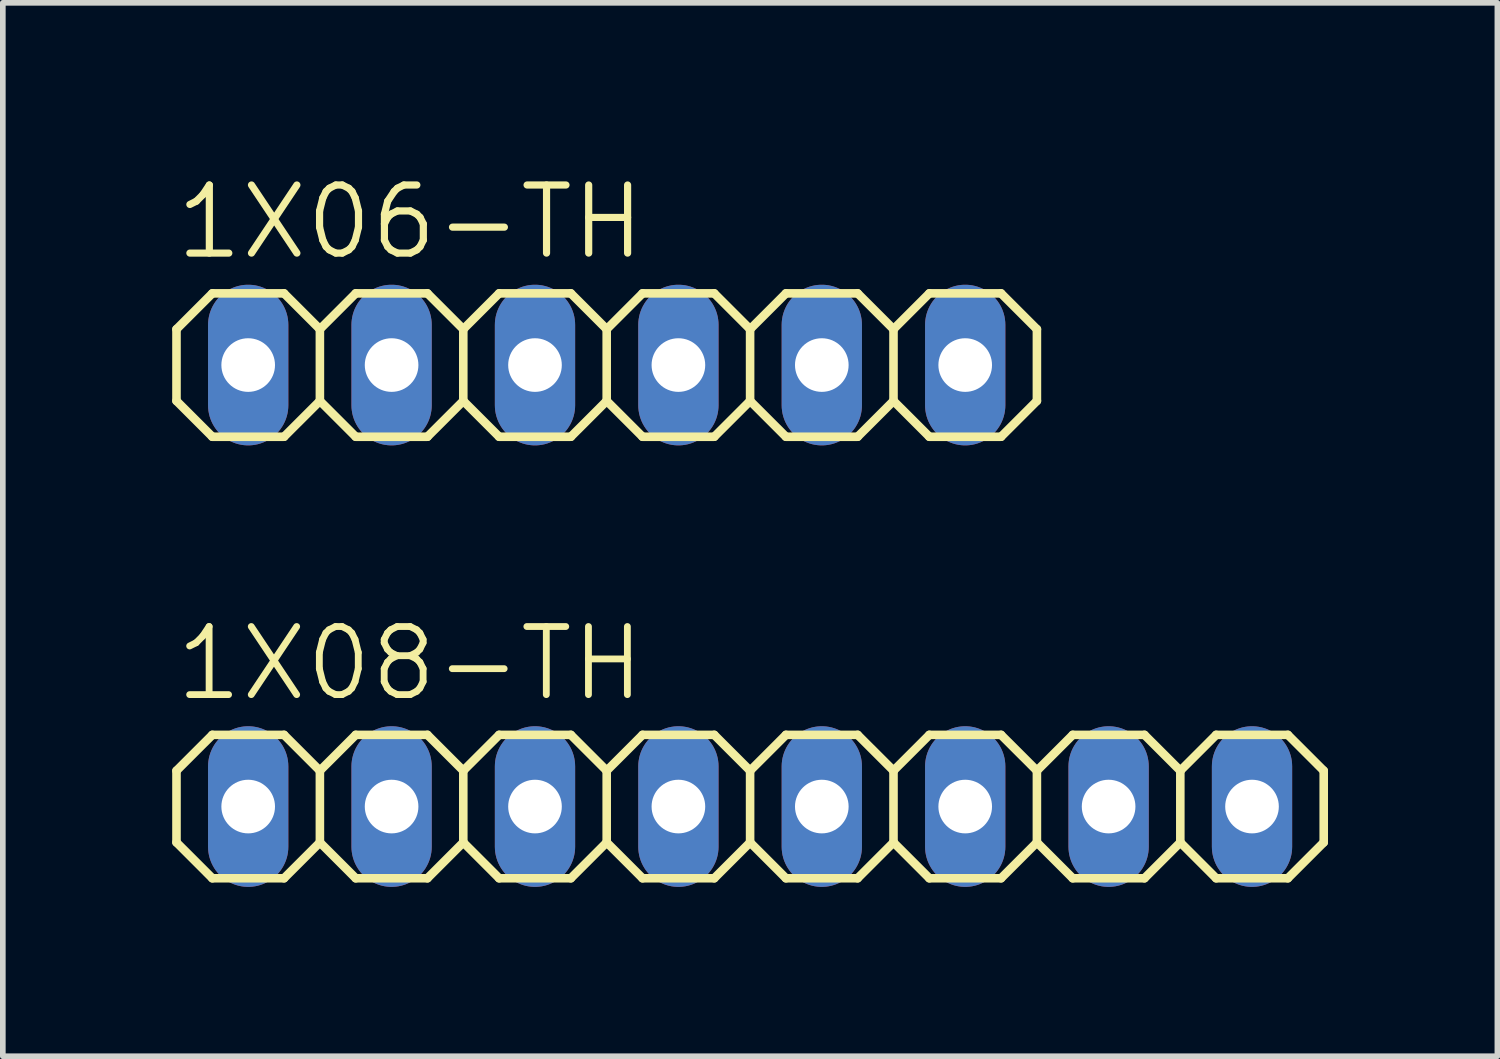
<source format=kicad_pcb>
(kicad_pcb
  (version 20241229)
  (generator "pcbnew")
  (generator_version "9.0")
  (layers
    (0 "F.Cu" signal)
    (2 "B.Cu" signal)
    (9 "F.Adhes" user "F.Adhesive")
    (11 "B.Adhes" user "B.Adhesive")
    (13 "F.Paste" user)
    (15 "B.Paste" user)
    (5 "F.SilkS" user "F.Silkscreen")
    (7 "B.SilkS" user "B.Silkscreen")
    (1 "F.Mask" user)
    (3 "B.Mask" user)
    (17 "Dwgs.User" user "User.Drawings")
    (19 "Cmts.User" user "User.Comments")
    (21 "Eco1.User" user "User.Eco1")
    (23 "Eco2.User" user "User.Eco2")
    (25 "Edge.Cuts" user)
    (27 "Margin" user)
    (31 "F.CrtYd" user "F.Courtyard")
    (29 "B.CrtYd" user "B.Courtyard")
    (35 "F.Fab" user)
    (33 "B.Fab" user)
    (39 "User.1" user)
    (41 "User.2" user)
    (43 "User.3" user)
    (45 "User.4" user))
  (footprint "1X08-TH"
    (layer "F.Cu")
    (at 10.236 11.236)
    (property "Reference" "1X08-TH" (at -10.236 -1.829 0) (layer "F.SilkS") (effects (font (size 1.206 1.206) (thickness 0.121)) (justify left bottom)))
    (attr through_hole)
    (fp_line (start -10.16 -0.635) (end -10.16 0.635) (stroke (width 0.152) (type solid)) (layer "F.SilkS"))
    (fp_line (start -10.16 0.635) (end -9.525 1.27) (stroke (width 0.152) (type solid)) (layer "F.SilkS"))
    (fp_line (start -9.525 -1.27) (end -10.16 -0.635) (stroke (width 0.152) (type solid)) (layer "F.SilkS"))
    (fp_line (start -9.525 -1.27) (end -8.255 -1.27) (stroke (width 0.152) (type solid)) (layer "F.SilkS"))
    (fp_line (start -8.255 -1.27) (end -7.62 -0.635) (stroke (width 0.152) (type solid)) (layer "F.SilkS"))
    (fp_line (start -8.255 1.27) (end -9.525 1.27) (stroke (width 0.152) (type solid)) (layer "F.SilkS"))
    (fp_line (start -7.62 -0.635) (end -7.62 0.635) (stroke (width 0.152) (type solid)) (layer "F.SilkS"))
    (fp_line (start -7.62 -0.635) (end -6.985 -1.27) (stroke (width 0.152) (type solid)) (layer "F.SilkS"))
    (fp_line (start -7.62 0.635) (end -8.255 1.27) (stroke (width 0.152) (type solid)) (layer "F.SilkS"))
    (fp_line (start -6.985 -1.27) (end -5.715 -1.27) (stroke (width 0.152) (type solid)) (layer "F.SilkS"))
    (fp_line (start -6.985 1.27) (end -7.62 0.635) (stroke (width 0.152) (type solid)) (layer "F.SilkS"))
    (fp_line (start -5.715 -1.27) (end -5.08 -0.635) (stroke (width 0.152) (type solid)) (layer "F.SilkS"))
    (fp_line (start -5.715 1.27) (end -6.985 1.27) (stroke (width 0.152) (type solid)) (layer "F.SilkS"))
    (fp_line (start -5.08 -0.635) (end -5.08 0.635) (stroke (width 0.152) (type solid)) (layer "F.SilkS"))
    (fp_line (start -5.08 -0.635) (end -4.445 -1.27) (stroke (width 0.152) (type solid)) (layer "F.SilkS"))
    (fp_line (start -5.08 0.635) (end -5.715 1.27) (stroke (width 0.152) (type solid)) (layer "F.SilkS"))
    (fp_line (start -4.445 -1.27) (end -3.175 -1.27) (stroke (width 0.152) (type solid)) (layer "F.SilkS"))
    (fp_line (start -4.445 1.27) (end -5.08 0.635) (stroke (width 0.152) (type solid)) (layer "F.SilkS"))
    (fp_line (start -3.175 -1.27) (end -2.54 -0.635) (stroke (width 0.152) (type solid)) (layer "F.SilkS"))
    (fp_line (start -3.175 1.27) (end -4.445 1.27) (stroke (width 0.152) (type solid)) (layer "F.SilkS"))
    (fp_line (start -2.54 -0.635) (end -2.54 0.635) (stroke (width 0.152) (type solid)) (layer "F.SilkS"))
    (fp_line (start -2.54 0.635) (end -3.175 1.27) (stroke (width 0.152) (type solid)) (layer "F.SilkS"))
    (fp_line (start -2.54 0.635) (end -1.905 1.27) (stroke (width 0.152) (type solid)) (layer "F.SilkS"))
    (fp_line (start -1.905 -1.27) (end -2.54 -0.635) (stroke (width 0.152) (type solid)) (layer "F.SilkS"))
    (fp_line (start -1.905 -1.27) (end -0.635 -1.27) (stroke (width 0.152) (type solid)) (layer "F.SilkS"))
    (fp_line (start -0.635 -1.27) (end 0 -0.635) (stroke (width 0.152) (type solid)) (layer "F.SilkS"))
    (fp_line (start -0.635 1.27) (end -1.905 1.27) (stroke (width 0.152) (type solid)) (layer "F.SilkS"))
    (fp_line (start 0 -0.635) (end 0 0.635) (stroke (width 0.152) (type solid)) (layer "F.SilkS"))
    (fp_line (start 0 -0.635) (end 0.635 -1.27) (stroke (width 0.152) (type solid)) (layer "F.SilkS"))
    (fp_line (start 0 0.635) (end -0.635 1.27) (stroke (width 0.152) (type solid)) (layer "F.SilkS"))
    (fp_line (start 0.635 -1.27) (end 1.905 -1.27) (stroke (width 0.152) (type solid)) (layer "F.SilkS"))
    (fp_line (start 0.635 1.27) (end 0 0.635) (stroke (width 0.152) (type solid)) (layer "F.SilkS"))
    (fp_line (start 1.905 -1.27) (end 2.54 -0.635) (stroke (width 0.152) (type solid)) (layer "F.SilkS"))
    (fp_line (start 1.905 1.27) (end 0.635 1.27) (stroke (width 0.152) (type solid)) (layer "F.SilkS"))
    (fp_line (start 2.54 -0.635) (end 2.54 0.635) (stroke (width 0.152) (type solid)) (layer "F.SilkS"))
    (fp_line (start 2.54 -0.635) (end 3.175 -1.27) (stroke (width 0.152) (type solid)) (layer "F.SilkS"))
    (fp_line (start 2.54 0.635) (end 1.905 1.27) (stroke (width 0.152) (type solid)) (layer "F.SilkS"))
    (fp_line (start 3.175 -1.27) (end 4.445 -1.27) (stroke (width 0.152) (type solid)) (layer "F.SilkS"))
    (fp_line (start 3.175 1.27) (end 2.54 0.635) (stroke (width 0.152) (type solid)) (layer "F.SilkS"))
    (fp_line (start 4.445 -1.27) (end 5.08 -0.635) (stroke (width 0.152) (type solid)) (layer "F.SilkS"))
    (fp_line (start 4.445 1.27) (end 3.175 1.27) (stroke (width 0.152) (type solid)) (layer "F.SilkS"))
    (fp_line (start 5.08 -0.635) (end 5.08 0.635) (stroke (width 0.152) (type solid)) (layer "F.SilkS"))
    (fp_line (start 5.08 0.635) (end 4.445 1.27) (stroke (width 0.152) (type solid)) (layer "F.SilkS"))
    (fp_line (start 5.08 0.635) (end 5.715 1.27) (stroke (width 0.152) (type solid)) (layer "F.SilkS"))
    (fp_line (start 5.715 -1.27) (end 5.08 -0.635) (stroke (width 0.152) (type solid)) (layer "F.SilkS"))
    (fp_line (start 5.715 -1.27) (end 6.985 -1.27) (stroke (width 0.152) (type solid)) (layer "F.SilkS"))
    (fp_line (start 6.985 -1.27) (end 7.62 -0.635) (stroke (width 0.152) (type solid)) (layer "F.SilkS"))
    (fp_line (start 6.985 1.27) (end 5.715 1.27) (stroke (width 0.152) (type solid)) (layer "F.SilkS"))
    (fp_line (start 7.62 -0.635) (end 7.62 0.635) (stroke (width 0.152) (type solid)) (layer "F.SilkS"))
    (fp_line (start 7.62 0.635) (end 6.985 1.27) (stroke (width 0.152) (type solid)) (layer "F.SilkS"))
    (fp_line (start 7.62 0.635) (end 8.255 1.27) (stroke (width 0.152) (type solid)) (layer "F.SilkS"))
    (fp_line (start 8.255 -1.27) (end 7.62 -0.635) (stroke (width 0.152) (type solid)) (layer "F.SilkS"))
    (fp_line (start 8.255 -1.27) (end 9.525 -1.27) (stroke (width 0.152) (type solid)) (layer "F.SilkS"))
    (fp_line (start 9.525 -1.27) (end 10.16 -0.635) (stroke (width 0.152) (type solid)) (layer "F.SilkS"))
    (fp_line (start 9.525 1.27) (end 8.255 1.27) (stroke (width 0.152) (type solid)) (layer "F.SilkS"))
    (fp_line (start 10.16 -0.635) (end 10.16 0.635) (stroke (width 0.152) (type solid)) (layer "F.SilkS"))
    (fp_line (start 10.16 0.635) (end 9.525 1.27) (stroke (width 0.152) (type solid)) (layer "F.SilkS"))
    (fp_poly (pts (xy -9.144 0.254) (xy -8.636 0.254) (xy -8.636 -0.254) (xy -9.144 -0.254)) (stroke (width 0.1) (type solid)) (fill no) (layer "F.Fab"))
    (fp_poly (pts (xy -6.604 0.254) (xy -6.096 0.254) (xy -6.096 -0.254) (xy -6.604 -0.254)) (stroke (width 0.1) (type solid)) (fill no) (layer "F.Fab"))
    (fp_poly (pts (xy -4.064 0.254) (xy -3.556 0.254) (xy -3.556 -0.254) (xy -4.064 -0.254)) (stroke (width 0.1) (type solid)) (fill no) (layer "F.Fab"))
    (fp_poly (pts (xy -1.524 0.254) (xy -1.016 0.254) (xy -1.016 -0.254) (xy -1.524 -0.254)) (stroke (width 0.1) (type solid)) (fill no) (layer "F.Fab"))
    (fp_poly (pts (xy 1.016 0.254) (xy 1.524 0.254) (xy 1.524 -0.254) (xy 1.016 -0.254)) (stroke (width 0.1) (type solid)) (fill no) (layer "F.Fab"))
    (fp_poly (pts (xy 3.556 0.254) (xy 4.064 0.254) (xy 4.064 -0.254) (xy 3.556 -0.254)) (stroke (width 0.1) (type solid)) (fill no) (layer "F.Fab"))
    (fp_poly (pts (xy 6.096 0.254) (xy 6.604 0.254) (xy 6.604 -0.254) (xy 6.096 -0.254)) (stroke (width 0.1) (type solid)) (fill no) (layer "F.Fab"))
    (fp_poly (pts (xy 8.636 0.254) (xy 9.144 0.254) (xy 9.144 -0.254) (xy 8.636 -0.254)) (stroke (width 0.1) (type solid)) (fill no) (layer "F.Fab"))
    (pad "1" thru_hole oval (at -8.89 0 90) (size 2.845 1.422) (drill 0.95) (layers "*.Cu" "*.Mask"))
    (pad "2" thru_hole oval (at -6.35 0 90) (size 2.845 1.422) (drill 0.95) (layers "*.Cu" "*.Mask"))
    (pad "3" thru_hole oval (at -3.81 0 90) (size 2.845 1.422) (drill 0.95) (layers "*.Cu" "*.Mask"))
    (pad "4" thru_hole oval (at -1.27 0 90) (size 2.845 1.422) (drill 0.95) (layers "*.Cu" "*.Mask"))
    (pad "5" thru_hole oval (at 1.27 0 90) (size 2.845 1.422) (drill 0.95) (layers "*.Cu" "*.Mask"))
    (pad "6" thru_hole oval (at 3.81 0 90) (size 2.845 1.422) (drill 0.95) (layers "*.Cu" "*.Mask"))
    (pad "7" thru_hole oval (at 6.35 0 90) (size 2.845 1.422) (drill 0.95) (layers "*.Cu" "*.Mask"))
    (pad "8" thru_hole oval (at 8.89 0 90) (size 2.845 1.422) (drill 0.95) (layers "*.Cu" "*.Mask")))
  (footprint "1X06-TH"
    (layer "F.Cu")
    (at 7.696 3.416)
    (property "Reference" "1X06-TH" (at -7.696 -1.829 0) (layer "F.SilkS") (effects (font (size 1.206 1.206) (thickness 0.127)) (justify left bottom)))
    (attr through_hole)
    (fp_line (start -7.62 -0.635) (end -7.62 0.635) (stroke (width 0.152) (type solid)) (layer "F.SilkS"))
    (fp_line (start -7.62 0.635) (end -6.985 1.27) (stroke (width 0.152) (type solid)) (layer "F.SilkS"))
    (fp_line (start -6.985 -1.27) (end -7.62 -0.635) (stroke (width 0.152) (type solid)) (layer "F.SilkS"))
    (fp_line (start -6.985 -1.27) (end -5.715 -1.27) (stroke (width 0.152) (type solid)) (layer "F.SilkS"))
    (fp_line (start -5.715 -1.27) (end -5.08 -0.635) (stroke (width 0.152) (type solid)) (layer "F.SilkS"))
    (fp_line (start -5.715 1.27) (end -6.985 1.27) (stroke (width 0.152) (type solid)) (layer "F.SilkS"))
    (fp_line (start -5.08 -0.635) (end -5.08 0.635) (stroke (width 0.152) (type solid)) (layer "F.SilkS"))
    (fp_line (start -5.08 -0.635) (end -4.445 -1.27) (stroke (width 0.152) (type solid)) (layer "F.SilkS"))
    (fp_line (start -5.08 0.635) (end -5.715 1.27) (stroke (width 0.152) (type solid)) (layer "F.SilkS"))
    (fp_line (start -4.445 -1.27) (end -3.175 -1.27) (stroke (width 0.152) (type solid)) (layer "F.SilkS"))
    (fp_line (start -4.445 1.27) (end -5.08 0.635) (stroke (width 0.152) (type solid)) (layer "F.SilkS"))
    (fp_line (start -3.175 -1.27) (end -2.54 -0.635) (stroke (width 0.152) (type solid)) (layer "F.SilkS"))
    (fp_line (start -3.175 1.27) (end -4.445 1.27) (stroke (width 0.152) (type solid)) (layer "F.SilkS"))
    (fp_line (start -2.54 -0.635) (end -2.54 0.635) (stroke (width 0.152) (type solid)) (layer "F.SilkS"))
    (fp_line (start -2.54 -0.635) (end -1.905 -1.27) (stroke (width 0.152) (type solid)) (layer "F.SilkS"))
    (fp_line (start -2.54 0.635) (end -3.175 1.27) (stroke (width 0.152) (type solid)) (layer "F.SilkS"))
    (fp_line (start -1.905 -1.27) (end -0.635 -1.27) (stroke (width 0.152) (type solid)) (layer "F.SilkS"))
    (fp_line (start -1.905 1.27) (end -2.54 0.635) (stroke (width 0.152) (type solid)) (layer "F.SilkS"))
    (fp_line (start -0.635 -1.27) (end 0 -0.635) (stroke (width 0.152) (type solid)) (layer "F.SilkS"))
    (fp_line (start -0.635 1.27) (end -1.905 1.27) (stroke (width 0.152) (type solid)) (layer "F.SilkS"))
    (fp_line (start 0 -0.635) (end 0 0.635) (stroke (width 0.152) (type solid)) (layer "F.SilkS"))
    (fp_line (start 0 0.635) (end -0.635 1.27) (stroke (width 0.152) (type solid)) (layer "F.SilkS"))
    (fp_line (start 0 0.635) (end 0.635 1.27) (stroke (width 0.152) (type solid)) (layer "F.SilkS"))
    (fp_line (start 0.635 -1.27) (end 0 -0.635) (stroke (width 0.152) (type solid)) (layer "F.SilkS"))
    (fp_line (start 0.635 -1.27) (end 1.905 -1.27) (stroke (width 0.152) (type solid)) (layer "F.SilkS"))
    (fp_line (start 1.905 -1.27) (end 2.54 -0.635) (stroke (width 0.152) (type solid)) (layer "F.SilkS"))
    (fp_line (start 1.905 1.27) (end 0.635 1.27) (stroke (width 0.152) (type solid)) (layer "F.SilkS"))
    (fp_line (start 2.54 -0.635) (end 2.54 0.635) (stroke (width 0.152) (type solid)) (layer "F.SilkS"))
    (fp_line (start 2.54 -0.635) (end 3.175 -1.27) (stroke (width 0.152) (type solid)) (layer "F.SilkS"))
    (fp_line (start 2.54 0.635) (end 1.905 1.27) (stroke (width 0.152) (type solid)) (layer "F.SilkS"))
    (fp_line (start 3.175 -1.27) (end 4.445 -1.27) (stroke (width 0.152) (type solid)) (layer "F.SilkS"))
    (fp_line (start 3.175 1.27) (end 2.54 0.635) (stroke (width 0.152) (type solid)) (layer "F.SilkS"))
    (fp_line (start 4.445 -1.27) (end 5.08 -0.635) (stroke (width 0.152) (type solid)) (layer "F.SilkS"))
    (fp_line (start 4.445 1.27) (end 3.175 1.27) (stroke (width 0.152) (type solid)) (layer "F.SilkS"))
    (fp_line (start 5.08 -0.635) (end 5.08 0.635) (stroke (width 0.152) (type solid)) (layer "F.SilkS"))
    (fp_line (start 5.08 0.635) (end 4.445 1.27) (stroke (width 0.152) (type solid)) (layer "F.SilkS"))
    (fp_line (start 5.08 0.635) (end 5.715 1.27) (stroke (width 0.152) (type solid)) (layer "F.SilkS"))
    (fp_line (start 5.715 -1.27) (end 5.08 -0.635) (stroke (width 0.152) (type solid)) (layer "F.SilkS"))
    (fp_line (start 5.715 -1.27) (end 6.985 -1.27) (stroke (width 0.152) (type solid)) (layer "F.SilkS"))
    (fp_line (start 6.985 -1.27) (end 7.62 -0.635) (stroke (width 0.152) (type solid)) (layer "F.SilkS"))
    (fp_line (start 6.985 1.27) (end 5.715 1.27) (stroke (width 0.152) (type solid)) (layer "F.SilkS"))
    (fp_line (start 7.62 -0.635) (end 7.62 0.635) (stroke (width 0.152) (type solid)) (layer "F.SilkS"))
    (fp_line (start 7.62 0.635) (end 6.985 1.27) (stroke (width 0.152) (type solid)) (layer "F.SilkS"))
    (fp_poly (pts (xy -6.604 0.254) (xy -6.096 0.254) (xy -6.096 -0.254) (xy -6.604 -0.254)) (stroke (width 0.1) (type solid)) (fill no) (layer "F.Fab"))
    (fp_poly (pts (xy -4.064 0.254) (xy -3.556 0.254) (xy -3.556 -0.254) (xy -4.064 -0.254)) (stroke (width 0.1) (type solid)) (fill no) (layer "F.Fab"))
    (fp_poly (pts (xy -1.524 0.254) (xy -1.016 0.254) (xy -1.016 -0.254) (xy -1.524 -0.254)) (stroke (width 0.1) (type solid)) (fill no) (layer "F.Fab"))
    (fp_poly (pts (xy 1.016 0.254) (xy 1.524 0.254) (xy 1.524 -0.254) (xy 1.016 -0.254)) (stroke (width 0.1) (type solid)) (fill no) (layer "F.Fab"))
    (fp_poly (pts (xy 3.556 0.254) (xy 4.064 0.254) (xy 4.064 -0.254) (xy 3.556 -0.254)) (stroke (width 0.1) (type solid)) (fill no) (layer "F.Fab"))
    (fp_poly (pts (xy 6.096 0.254) (xy 6.604 0.254) (xy 6.604 -0.254) (xy 6.096 -0.254)) (stroke (width 0.1) (type solid)) (fill no) (layer "F.Fab"))
    (pad "1" thru_hole oval (at -6.35 0 90) (size 2.845 1.422) (drill 0.95) (layers "*.Cu" "*.Mask"))
    (pad "2" thru_hole oval (at -3.81 0 90) (size 2.845 1.422) (drill 0.95) (layers "*.Cu" "*.Mask"))
    (pad "3" thru_hole oval (at -1.27 0 90) (size 2.845 1.422) (drill 0.95) (layers "*.Cu" "*.Mask"))
    (pad "4" thru_hole oval (at 1.27 0 90) (size 2.845 1.422) (drill 0.95) (layers "*.Cu" "*.Mask"))
    (pad "5" thru_hole oval (at 3.81 0 90) (size 2.845 1.422) (drill 0.95) (layers "*.Cu" "*.Mask"))
    (pad "6" thru_hole oval (at 6.35 0 90) (size 2.845 1.422) (drill 0.95) (layers "*.Cu" "*.Mask")))
  (gr_rect
    (start -3 -3)
    (end 23.472 15.658)
    (stroke (width 0.1) (type default))
    (fill no)
    (layer "Edge.Cuts")))
</source>
